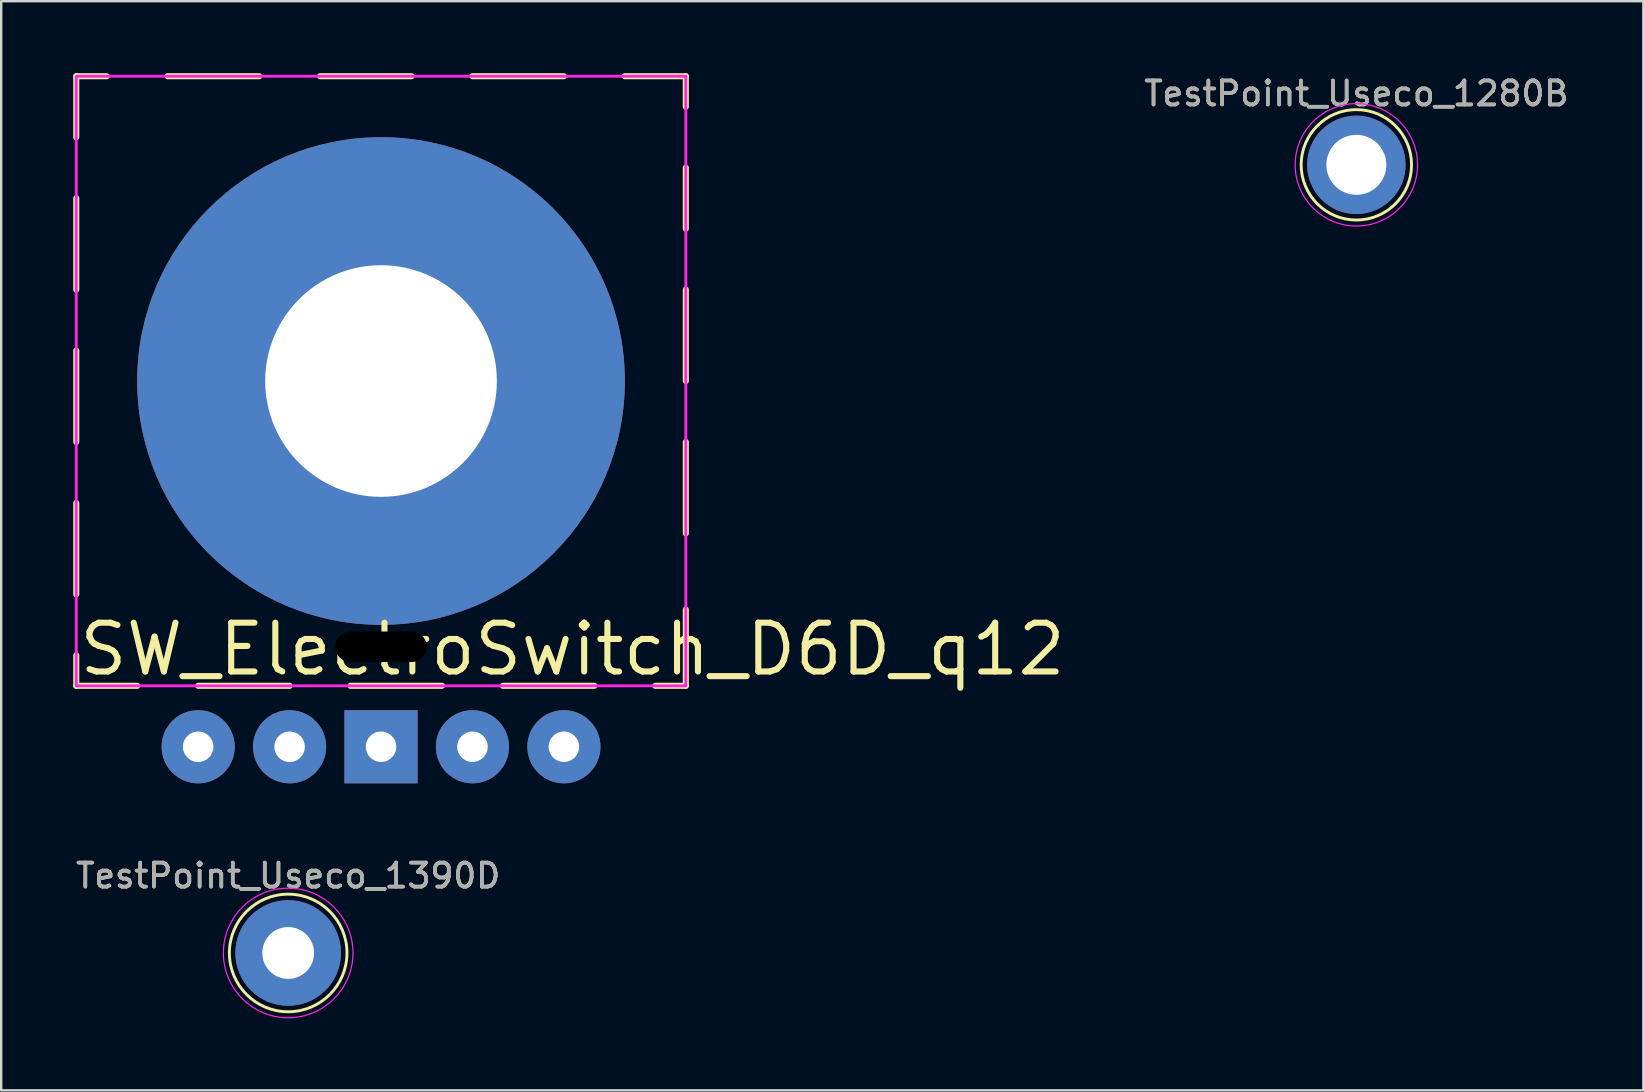
<source format=kicad_pcb>
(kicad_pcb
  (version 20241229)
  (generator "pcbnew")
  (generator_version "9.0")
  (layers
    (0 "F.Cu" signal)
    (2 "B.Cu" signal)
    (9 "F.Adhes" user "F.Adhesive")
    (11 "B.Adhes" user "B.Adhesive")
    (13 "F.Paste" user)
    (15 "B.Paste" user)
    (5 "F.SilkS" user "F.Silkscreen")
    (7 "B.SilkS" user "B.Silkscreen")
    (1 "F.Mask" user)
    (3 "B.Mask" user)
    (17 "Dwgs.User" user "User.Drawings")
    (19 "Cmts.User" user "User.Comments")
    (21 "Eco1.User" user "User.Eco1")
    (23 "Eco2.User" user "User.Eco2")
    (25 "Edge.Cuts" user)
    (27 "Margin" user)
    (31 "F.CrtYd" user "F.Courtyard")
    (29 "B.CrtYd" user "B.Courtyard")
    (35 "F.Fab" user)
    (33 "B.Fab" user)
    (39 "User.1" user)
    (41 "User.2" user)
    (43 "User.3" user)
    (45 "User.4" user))
  (footprint "TestPoint_Useco_1390D"
    (layer "F.Cu")
    (at 8.958 36.659)
    (property "Reference" "TestPoint_Useco_1390D" (at 0 -3.22 0) (layer "F.SilkS") (effects (font (size 1 1) (thickness 0.15))))
    (attr through_hole exclude_from_pos_files exclude_from_bom)
    (fp_circle (center 0 0) (end 2.45 0) (stroke (width 0.12) (type solid)) (fill no) (layer "F.SilkS"))
    (fp_circle (center 0 0) (end 2.7 0) (stroke (width 0.05) (type solid)) (fill no) (layer "F.CrtYd"))
    (fp_text user "${REFERENCE}" (at 0 -3.22 0) (layer "F.Fab") (effects (font (size 1 1) (thickness 0.15))))
    (pad "1" thru_hole circle (at 0 0) (size 4.4 4.4) (drill 2.159) (layers "*.Cu" "*.Mask")))
  (footprint "SW_ElectroSwitch_D6D_q12"
    (layer "F.Cu")
    (at 12.827 12.827)
    (property "Reference" "SW_ElectroSwitch_D6D_q12" (at -12.7 11.176 0) (unlocked yes) (layer "F.SilkS") (effects (font (size 2.032 2.032) (thickness 0.254)) (justify left)))
    (attr through_hole exclude_from_pos_files)
    (fp_line (start -12.7 -12.7) (end -11.43 -12.7) (stroke (width 0.254) (type solid)) (layer "F.SilkS"))
    (fp_line (start -12.7 -10.16) (end -12.7 -12.7) (stroke (width 0.254) (type solid)) (layer "F.SilkS"))
    (fp_line (start -12.7 -3.81) (end -12.7 -7.62) (stroke (width 0.254) (type solid)) (layer "F.SilkS"))
    (fp_line (start -12.7 2.54) (end -12.7 -1.27) (stroke (width 0.254) (type solid)) (layer "F.SilkS"))
    (fp_line (start -12.7 8.89) (end -12.7 5.08) (stroke (width 0.254) (type solid)) (layer "F.SilkS"))
    (fp_line (start -12.7 11.43) (end -12.7 12.7) (stroke (width 0.254) (type solid)) (layer "F.SilkS"))
    (fp_line (start -10.16 12.7) (end -12.7 12.7) (stroke (width 0.254) (type solid)) (layer "F.SilkS"))
    (fp_line (start -8.89 -12.7) (end -5.08 -12.7) (stroke (width 0.254) (type solid)) (layer "F.SilkS"))
    (fp_line (start -7.62 12.7) (end -3.81 12.7) (stroke (width 0.254) (type solid)) (layer "F.SilkS"))
    (fp_line (start -2.54 -12.7) (end 1.27 -12.7) (stroke (width 0.254) (type solid)) (layer "F.SilkS"))
    (fp_line (start -1.27 12.7) (end 2.54 12.7) (stroke (width 0.254) (type solid)) (layer "F.SilkS"))
    (fp_line (start 3.81 -12.7) (end 7.62 -12.7) (stroke (width 0.254) (type solid)) (layer "F.SilkS"))
    (fp_line (start 5.08 12.7) (end 8.89 12.7) (stroke (width 0.254) (type solid)) (layer "F.SilkS"))
    (fp_line (start 10.16 -12.7) (end 12.7 -12.7) (stroke (width 0.254) (type solid)) (layer "F.SilkS"))
    (fp_line (start 12.7 -11.43) (end 12.7 -12.7) (stroke (width 0.254) (type solid)) (layer "F.SilkS"))
    (fp_line (start 12.7 -6.35) (end 12.7 -8.89) (stroke (width 0.254) (type solid)) (layer "F.SilkS"))
    (fp_line (start 12.7 0) (end 12.7 -3.81) (stroke (width 0.254) (type solid)) (layer "F.SilkS"))
    (fp_line (start 12.7 6.35) (end 12.7 2.54) (stroke (width 0.254) (type solid)) (layer "F.SilkS"))
    (fp_line (start 12.7 9.525) (end 12.7 12.7) (stroke (width 0.254) (type solid)) (layer "F.SilkS"))
    (fp_line (start 12.7 12.7) (end 11.43 12.7) (stroke (width 0.254) (type solid)) (layer "F.SilkS"))
    (fp_rect (start -12.7 -12.7) (end 12.7 12.7) (stroke (width 0.12) (type solid)) (fill no) (layer "F.CrtYd"))
    (pad "" np_thru_hole oval (at 0 11.074) (size 3.81 1.27) (drill oval 3.81 1.27) (layers "*.Mask"))
    (pad "1" thru_hole circle (at 7.62 15.24) (size 3.048 3.048) (drill 1.27) (layers "*.Cu" "*.Mask"))
    (pad "2" thru_hole circle (at 3.81 15.24) (size 3.048 3.048) (drill 1.27) (layers "*.Cu" "*.Mask"))
    (pad "3" thru_hole circle (at -3.81 15.24) (size 3.048 3.048) (drill 1.27) (layers "*.Cu" "*.Mask"))
    (pad "4" thru_hole circle (at -7.62 15.24) (size 3.048 3.048) (drill 1.27) (layers "*.Cu" "*.Mask"))
    (pad "5" thru_hole circle (at 0 0) (size 20.32 20.32) (drill 9.652) (layers "*.Cu" "*.Mask"))
    (pad "W" thru_hole rect (at 0 15.24) (size 3.048 3.048) (drill 1.27) (layers "*.Cu" "*.Mask")))
  (footprint "TestPoint_Useco_1280B"
    (layer "F.Cu")
    (at 53.468 3.818)
    (property "Reference" "TestPoint_Useco_1280B" (at 0 -2.97 0) (layer "F.SilkS") (effects (font (size 1 1) (thickness 0.15))))
    (attr through_hole exclude_from_pos_files exclude_from_bom)
    (fp_circle (center 0 0) (end 2.3 0) (stroke (width 0.12) (type solid)) (fill no) (layer "F.SilkS"))
    (fp_circle (center 0 0) (end 2.55 0) (stroke (width 0.05) (type solid)) (fill no) (layer "F.CrtYd"))
    (fp_text user "${REFERENCE}" (at 0 -2.97 0) (layer "F.Fab") (effects (font (size 1 1) (thickness 0.15))))
    (pad "1" thru_hole circle (at 0 0) (size 4.1 4.1) (drill 2.5) (layers "*.Cu" "*.Mask")))
  (gr_rect
    (start -3 -3)
    (end 65.426 42.384)
    (stroke (width 0.1) (type default))
    (fill no)
    (layer "Edge.Cuts")))
</source>
